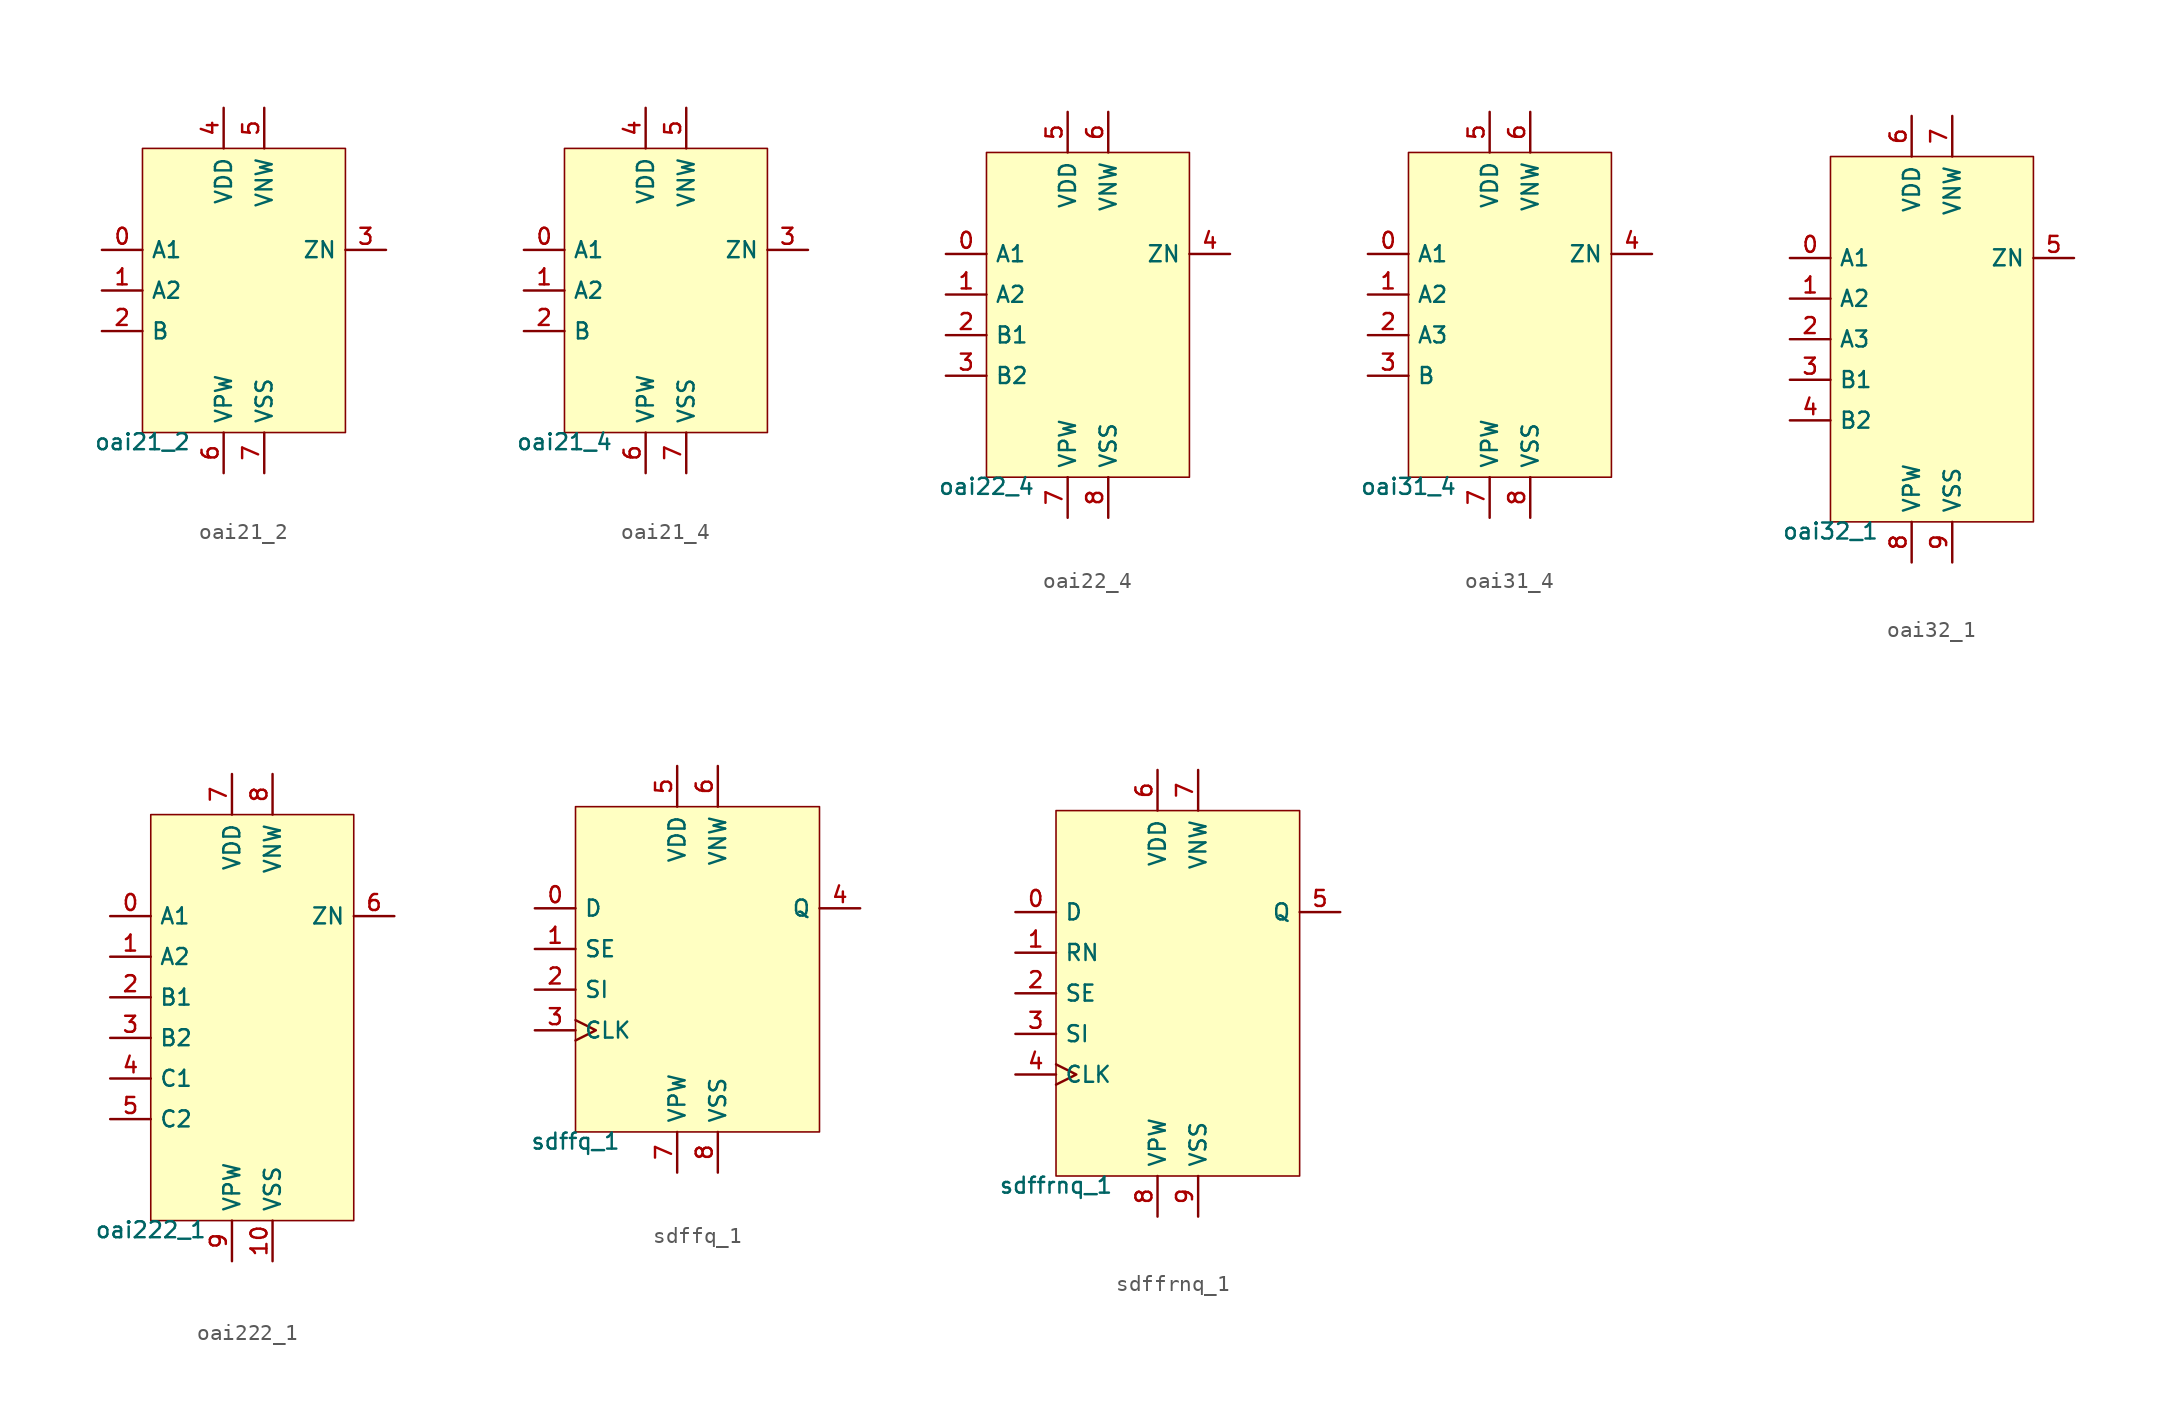
<source format=kicad_sym>
(kicad_symbol_lib
  (version 20211014)
  (generator pdk2kicad)
  (symbol "oai21_2"
    (property "Reference" "X"
      (at 0 0 0)
      (effects (font (size 1 1)) hide))
    (property "Value" "oai21_2"
      (at -6.35 -8.89 0)
      (effects (font (size 1 1)) (justify top)))
    (rectangle
      (start -6.35 -8.89)
      (end 6.35 8.89)
      (stroke (width 0.1) (type solid) (color 0 0 0 0))
      (fill (type background)))
    (pin input line
      (at -8.89 2.54 0)
      (length 2.54)
      (name "A1" (effects (font (size 1 1)) hide))
      (number "0" (effects (font (size 1 1)) hide)))
    (pin input line
      (at -8.89 4.440892098500626e-16 0)
      (length 2.54)
      (name "A2" (effects (font (size 1 1)) hide))
      (number "1" (effects (font (size 1 1)) hide)))
    (pin input line
      (at -8.89 -2.54 0)
      (length 2.54)
      (name "B" (effects (font (size 1 1)) hide))
      (number "2" (effects (font (size 1 1)) hide)))
    (pin output line
      (at 8.89 2.54 180)
      (length 2.54)
      (name "ZN" (effects (font (size 1 1)) hide))
      (number "3" (effects (font (size 1 1)) hide)))
    (pin power_in line
      (at -1.27 11.43 270)
      (length 2.54)
      (name "VDD" (effects (font (size 1 1)) hide))
      (number "4" (effects (font (size 1 1)) hide)))
    (pin power_in line
      (at 1.27 11.43 270)
      (length 2.54)
      (name "VNW" (effects (font (size 1 1)) hide))
      (number "5" (effects (font (size 1 1)) hide)))
    (pin power_in line
      (at -1.27 -11.43 90)
      (length 2.54)
      (name "VPW" (effects (font (size 1 1)) hide))
      (number "6" (effects (font (size 1 1)) hide)))
    (pin power_in line
      (at 1.27 -11.43 90)
      (length 2.54)
      (name "VSS" (effects (font (size 1 1)) hide))
      (number "7" (effects (font (size 1 1)) hide))))
  (symbol "oai21_4"
    (property "Reference" "X"
      (at 0 0 0)
      (effects (font (size 1 1)) hide))
    (property "Value" "oai21_4"
      (at -6.35 -8.89 0)
      (effects (font (size 1 1)) (justify top)))
    (rectangle
      (start -6.35 -8.89)
      (end 6.35 8.89)
      (stroke (width 0.1) (type solid) (color 0 0 0 0))
      (fill (type background)))
    (pin input line
      (at -8.89 2.54 0)
      (length 2.54)
      (name "A1" (effects (font (size 1 1)) hide))
      (number "0" (effects (font (size 1 1)) hide)))
    (pin input line
      (at -8.89 4.440892098500626e-16 0)
      (length 2.54)
      (name "A2" (effects (font (size 1 1)) hide))
      (number "1" (effects (font (size 1 1)) hide)))
    (pin input line
      (at -8.89 -2.54 0)
      (length 2.54)
      (name "B" (effects (font (size 1 1)) hide))
      (number "2" (effects (font (size 1 1)) hide)))
    (pin output line
      (at 8.89 2.54 180)
      (length 2.54)
      (name "ZN" (effects (font (size 1 1)) hide))
      (number "3" (effects (font (size 1 1)) hide)))
    (pin power_in line
      (at -1.27 11.43 270)
      (length 2.54)
      (name "VDD" (effects (font (size 1 1)) hide))
      (number "4" (effects (font (size 1 1)) hide)))
    (pin power_in line
      (at 1.27 11.43 270)
      (length 2.54)
      (name "VNW" (effects (font (size 1 1)) hide))
      (number "5" (effects (font (size 1 1)) hide)))
    (pin power_in line
      (at -1.27 -11.43 90)
      (length 2.54)
      (name "VPW" (effects (font (size 1 1)) hide))
      (number "6" (effects (font (size 1 1)) hide)))
    (pin power_in line
      (at 1.27 -11.43 90)
      (length 2.54)
      (name "VSS" (effects (font (size 1 1)) hide))
      (number "7" (effects (font (size 1 1)) hide))))
  (symbol "oai22_4"
    (property "Reference" "X"
      (at 0 0 0)
      (effects (font (size 1 1)) hide))
    (property "Value" "oai22_4"
      (at -6.35 -10.16 0)
      (effects (font (size 1 1)) (justify top)))
    (rectangle
      (start -6.35 -10.16)
      (end 6.35 10.16)
      (stroke (width 0.1) (type solid) (color 0 0 0 0))
      (fill (type background)))
    (pin input line
      (at -8.89 3.81 0)
      (length 2.54)
      (name "A1" (effects (font (size 1 1)) hide))
      (number "0" (effects (font (size 1 1)) hide)))
    (pin input line
      (at -8.89 1.27 0)
      (length 2.54)
      (name "A2" (effects (font (size 1 1)) hide))
      (number "1" (effects (font (size 1 1)) hide)))
    (pin input line
      (at -8.89 -1.27 0)
      (length 2.54)
      (name "B1" (effects (font (size 1 1)) hide))
      (number "2" (effects (font (size 1 1)) hide)))
    (pin input line
      (at -8.89 -3.81 0)
      (length 2.54)
      (name "B2" (effects (font (size 1 1)) hide))
      (number "3" (effects (font (size 1 1)) hide)))
    (pin output line
      (at 8.89 3.81 180)
      (length 2.54)
      (name "ZN" (effects (font (size 1 1)) hide))
      (number "4" (effects (font (size 1 1)) hide)))
    (pin power_in line
      (at -1.27 12.7 270)
      (length 2.54)
      (name "VDD" (effects (font (size 1 1)) hide))
      (number "5" (effects (font (size 1 1)) hide)))
    (pin power_in line
      (at 1.27 12.7 270)
      (length 2.54)
      (name "VNW" (effects (font (size 1 1)) hide))
      (number "6" (effects (font (size 1 1)) hide)))
    (pin power_in line
      (at -1.27 -12.7 90)
      (length 2.54)
      (name "VPW" (effects (font (size 1 1)) hide))
      (number "7" (effects (font (size 1 1)) hide)))
    (pin power_in line
      (at 1.27 -12.7 90)
      (length 2.54)
      (name "VSS" (effects (font (size 1 1)) hide))
      (number "8" (effects (font (size 1 1)) hide))))
  (symbol "oai31_4"
    (property "Reference" "X"
      (at 0 0 0)
      (effects (font (size 1 1)) hide))
    (property "Value" "oai31_4"
      (at -6.35 -10.16 0)
      (effects (font (size 1 1)) (justify top)))
    (rectangle
      (start -6.35 -10.16)
      (end 6.35 10.16)
      (stroke (width 0.1) (type solid) (color 0 0 0 0))
      (fill (type background)))
    (pin input line
      (at -8.89 3.81 0)
      (length 2.54)
      (name "A1" (effects (font (size 1 1)) hide))
      (number "0" (effects (font (size 1 1)) hide)))
    (pin input line
      (at -8.89 1.27 0)
      (length 2.54)
      (name "A2" (effects (font (size 1 1)) hide))
      (number "1" (effects (font (size 1 1)) hide)))
    (pin input line
      (at -8.89 -1.27 0)
      (length 2.54)
      (name "A3" (effects (font (size 1 1)) hide))
      (number "2" (effects (font (size 1 1)) hide)))
    (pin input line
      (at -8.89 -3.81 0)
      (length 2.54)
      (name "B" (effects (font (size 1 1)) hide))
      (number "3" (effects (font (size 1 1)) hide)))
    (pin output line
      (at 8.89 3.81 180)
      (length 2.54)
      (name "ZN" (effects (font (size 1 1)) hide))
      (number "4" (effects (font (size 1 1)) hide)))
    (pin power_in line
      (at -1.27 12.7 270)
      (length 2.54)
      (name "VDD" (effects (font (size 1 1)) hide))
      (number "5" (effects (font (size 1 1)) hide)))
    (pin power_in line
      (at 1.27 12.7 270)
      (length 2.54)
      (name "VNW" (effects (font (size 1 1)) hide))
      (number "6" (effects (font (size 1 1)) hide)))
    (pin power_in line
      (at -1.27 -12.7 90)
      (length 2.54)
      (name "VPW" (effects (font (size 1 1)) hide))
      (number "7" (effects (font (size 1 1)) hide)))
    (pin power_in line
      (at 1.27 -12.7 90)
      (length 2.54)
      (name "VSS" (effects (font (size 1 1)) hide))
      (number "8" (effects (font (size 1 1)) hide))))
  (symbol "oai32_1"
    (property "Reference" "X"
      (at 0 0 0)
      (effects (font (size 1 1)) hide))
    (property "Value" "oai32_1"
      (at -6.35 -11.43 0)
      (effects (font (size 1 1)) (justify top)))
    (rectangle
      (start -6.35 -11.43)
      (end 6.35 11.43)
      (stroke (width 0.1) (type solid) (color 0 0 0 0))
      (fill (type background)))
    (pin input line
      (at -8.89 5.08 0)
      (length 2.54)
      (name "A1" (effects (font (size 1 1)) hide))
      (number "0" (effects (font (size 1 1)) hide)))
    (pin input line
      (at -8.89 2.54 0)
      (length 2.54)
      (name "A2" (effects (font (size 1 1)) hide))
      (number "1" (effects (font (size 1 1)) hide)))
    (pin input line
      (at -8.89 -4.440892098500626e-16 0)
      (length 2.54)
      (name "A3" (effects (font (size 1 1)) hide))
      (number "2" (effects (font (size 1 1)) hide)))
    (pin input line
      (at -8.89 -2.54 0)
      (length 2.54)
      (name "B1" (effects (font (size 1 1)) hide))
      (number "3" (effects (font (size 1 1)) hide)))
    (pin input line
      (at -8.89 -5.08 0)
      (length 2.54)
      (name "B2" (effects (font (size 1 1)) hide))
      (number "4" (effects (font (size 1 1)) hide)))
    (pin output line
      (at 8.89 5.08 180)
      (length 2.54)
      (name "ZN" (effects (font (size 1 1)) hide))
      (number "5" (effects (font (size 1 1)) hide)))
    (pin power_in line
      (at -1.27 13.97 270)
      (length 2.54)
      (name "VDD" (effects (font (size 1 1)) hide))
      (number "6" (effects (font (size 1 1)) hide)))
    (pin power_in line
      (at 1.27 13.97 270)
      (length 2.54)
      (name "VNW" (effects (font (size 1 1)) hide))
      (number "7" (effects (font (size 1 1)) hide)))
    (pin power_in line
      (at -1.27 -13.97 90)
      (length 2.54)
      (name "VPW" (effects (font (size 1 1)) hide))
      (number "8" (effects (font (size 1 1)) hide)))
    (pin power_in line
      (at 1.27 -13.97 90)
      (length 2.54)
      (name "VSS" (effects (font (size 1 1)) hide))
      (number "9" (effects (font (size 1 1)) hide))))
  (symbol "oai222_1"
    (property "Reference" "X"
      (at 0 0 0)
      (effects (font (size 1 1)) hide))
    (property "Value" "oai222_1"
      (at -6.35 -12.7 0)
      (effects (font (size 1 1)) (justify top)))
    (rectangle
      (start -6.35 -12.7)
      (end 6.35 12.7)
      (stroke (width 0.1) (type solid) (color 0 0 0 0))
      (fill (type background)))
    (pin input line
      (at -8.89 6.35 0)
      (length 2.54)
      (name "A1" (effects (font (size 1 1)) hide))
      (number "0" (effects (font (size 1 1)) hide)))
    (pin input line
      (at -8.89 3.81 0)
      (length 2.54)
      (name "A2" (effects (font (size 1 1)) hide))
      (number "1" (effects (font (size 1 1)) hide)))
    (pin input line
      (at -8.89 1.27 0)
      (length 2.54)
      (name "B1" (effects (font (size 1 1)) hide))
      (number "2" (effects (font (size 1 1)) hide)))
    (pin input line
      (at -8.89 -1.27 0)
      (length 2.54)
      (name "B2" (effects (font (size 1 1)) hide))
      (number "3" (effects (font (size 1 1)) hide)))
    (pin input line
      (at -8.89 -3.81 0)
      (length 2.54)
      (name "C1" (effects (font (size 1 1)) hide))
      (number "4" (effects (font (size 1 1)) hide)))
    (pin input line
      (at -8.89 -6.35 0)
      (length 2.54)
      (name "C2" (effects (font (size 1 1)) hide))
      (number "5" (effects (font (size 1 1)) hide)))
    (pin output line
      (at 8.89 6.35 180)
      (length 2.54)
      (name "ZN" (effects (font (size 1 1)) hide))
      (number "6" (effects (font (size 1 1)) hide)))
    (pin power_in line
      (at -1.27 15.24 270)
      (length 2.54)
      (name "VDD" (effects (font (size 1 1)) hide))
      (number "7" (effects (font (size 1 1)) hide)))
    (pin power_in line
      (at 1.27 15.24 270)
      (length 2.54)
      (name "VNW" (effects (font (size 1 1)) hide))
      (number "8" (effects (font (size 1 1)) hide)))
    (pin power_in line
      (at -1.27 -15.24 90)
      (length 2.54)
      (name "VPW" (effects (font (size 1 1)) hide))
      (number "9" (effects (font (size 1 1)) hide)))
    (pin power_in line
      (at 1.27 -15.24 90)
      (length 2.54)
      (name "VSS" (effects (font (size 1 1)) hide))
      (number "10" (effects (font (size 1 1)) hide))))
  (symbol "sdffq_1"
    (property "Reference" "X"
      (at 0 0 0)
      (effects (font (size 1 1)) hide))
    (property "Value" "sdffq_1"
      (at -7.62 -10.16 0)
      (effects (font (size 1 1)) (justify top)))
    (rectangle
      (start -7.62 -10.16)
      (end 7.62 10.16)
      (stroke (width 0.1) (type solid) (color 0 0 0 0))
      (fill (type background)))
    (pin input line
      (at -10.16 3.81 0)
      (length 2.54)
      (name "D" (effects (font (size 1 1)) hide))
      (number "0" (effects (font (size 1 1)) hide)))
    (pin input line
      (at -10.16 1.27 0)
      (length 2.54)
      (name "SE" (effects (font (size 1 1)) hide))
      (number "1" (effects (font (size 1 1)) hide)))
    (pin input line
      (at -10.16 -1.27 0)
      (length 2.54)
      (name "SI" (effects (font (size 1 1)) hide))
      (number "2" (effects (font (size 1 1)) hide)))
    (pin input clock
      (at -10.16 -3.81 0)
      (length 2.54)
      (name "CLK" (effects (font (size 1 1)) hide))
      (number "3" (effects (font (size 1 1)) hide)))
    (pin output line
      (at 10.16 3.81 180)
      (length 2.54)
      (name "Q" (effects (font (size 1 1)) hide))
      (number "4" (effects (font (size 1 1)) hide)))
    (pin power_in line
      (at -1.27 12.7 270)
      (length 2.54)
      (name "VDD" (effects (font (size 1 1)) hide))
      (number "5" (effects (font (size 1 1)) hide)))
    (pin power_in line
      (at 1.27 12.7 270)
      (length 2.54)
      (name "VNW" (effects (font (size 1 1)) hide))
      (number "6" (effects (font (size 1 1)) hide)))
    (pin power_in line
      (at -1.27 -12.7 90)
      (length 2.54)
      (name "VPW" (effects (font (size 1 1)) hide))
      (number "7" (effects (font (size 1 1)) hide)))
    (pin power_in line
      (at 1.27 -12.7 90)
      (length 2.54)
      (name "VSS" (effects (font (size 1 1)) hide))
      (number "8" (effects (font (size 1 1)) hide))))
  (symbol "sdffrnq_1"
    (property "Reference" "X"
      (at 0 0 0)
      (effects (font (size 1 1)) hide))
    (property "Value" "sdffrnq_1"
      (at -7.62 -11.43 0)
      (effects (font (size 1 1)) (justify top)))
    (rectangle
      (start -7.62 -11.43)
      (end 7.62 11.43)
      (stroke (width 0.1) (type solid) (color 0 0 0 0))
      (fill (type background)))
    (pin input line
      (at -10.16 5.08 0)
      (length 2.54)
      (name "D" (effects (font (size 1 1)) hide))
      (number "0" (effects (font (size 1 1)) hide)))
    (pin input line
      (at -10.16 2.54 0)
      (length 2.54)
      (name "RN" (effects (font (size 1 1)) hide))
      (number "1" (effects (font (size 1 1)) hide)))
    (pin input line
      (at -10.16 -4.440892098500626e-16 0)
      (length 2.54)
      (name "SE" (effects (font (size 1 1)) hide))
      (number "2" (effects (font (size 1 1)) hide)))
    (pin input line
      (at -10.16 -2.54 0)
      (length 2.54)
      (name "SI" (effects (font (size 1 1)) hide))
      (number "3" (effects (font (size 1 1)) hide)))
    (pin input clock
      (at -10.16 -5.08 0)
      (length 2.54)
      (name "CLK" (effects (font (size 1 1)) hide))
      (number "4" (effects (font (size 1 1)) hide)))
    (pin output line
      (at 10.16 5.08 180)
      (length 2.54)
      (name "Q" (effects (font (size 1 1)) hide))
      (number "5" (effects (font (size 1 1)) hide)))
    (pin power_in line
      (at -1.27 13.97 270)
      (length 2.54)
      (name "VDD" (effects (font (size 1 1)) hide))
      (number "6" (effects (font (size 1 1)) hide)))
    (pin power_in line
      (at 1.27 13.97 270)
      (length 2.54)
      (name "VNW" (effects (font (size 1 1)) hide))
      (number "7" (effects (font (size 1 1)) hide)))
    (pin power_in line
      (at -1.27 -13.97 90)
      (length 2.54)
      (name "VPW" (effects (font (size 1 1)) hide))
      (number "8" (effects (font (size 1 1)) hide)))
    (pin power_in line
      (at 1.27 -13.97 90)
      (length 2.54)
      (name "VSS" (effects (font (size 1 1)) hide))
      (number "9" (effects (font (size 1 1)) hide)))))
</source>
